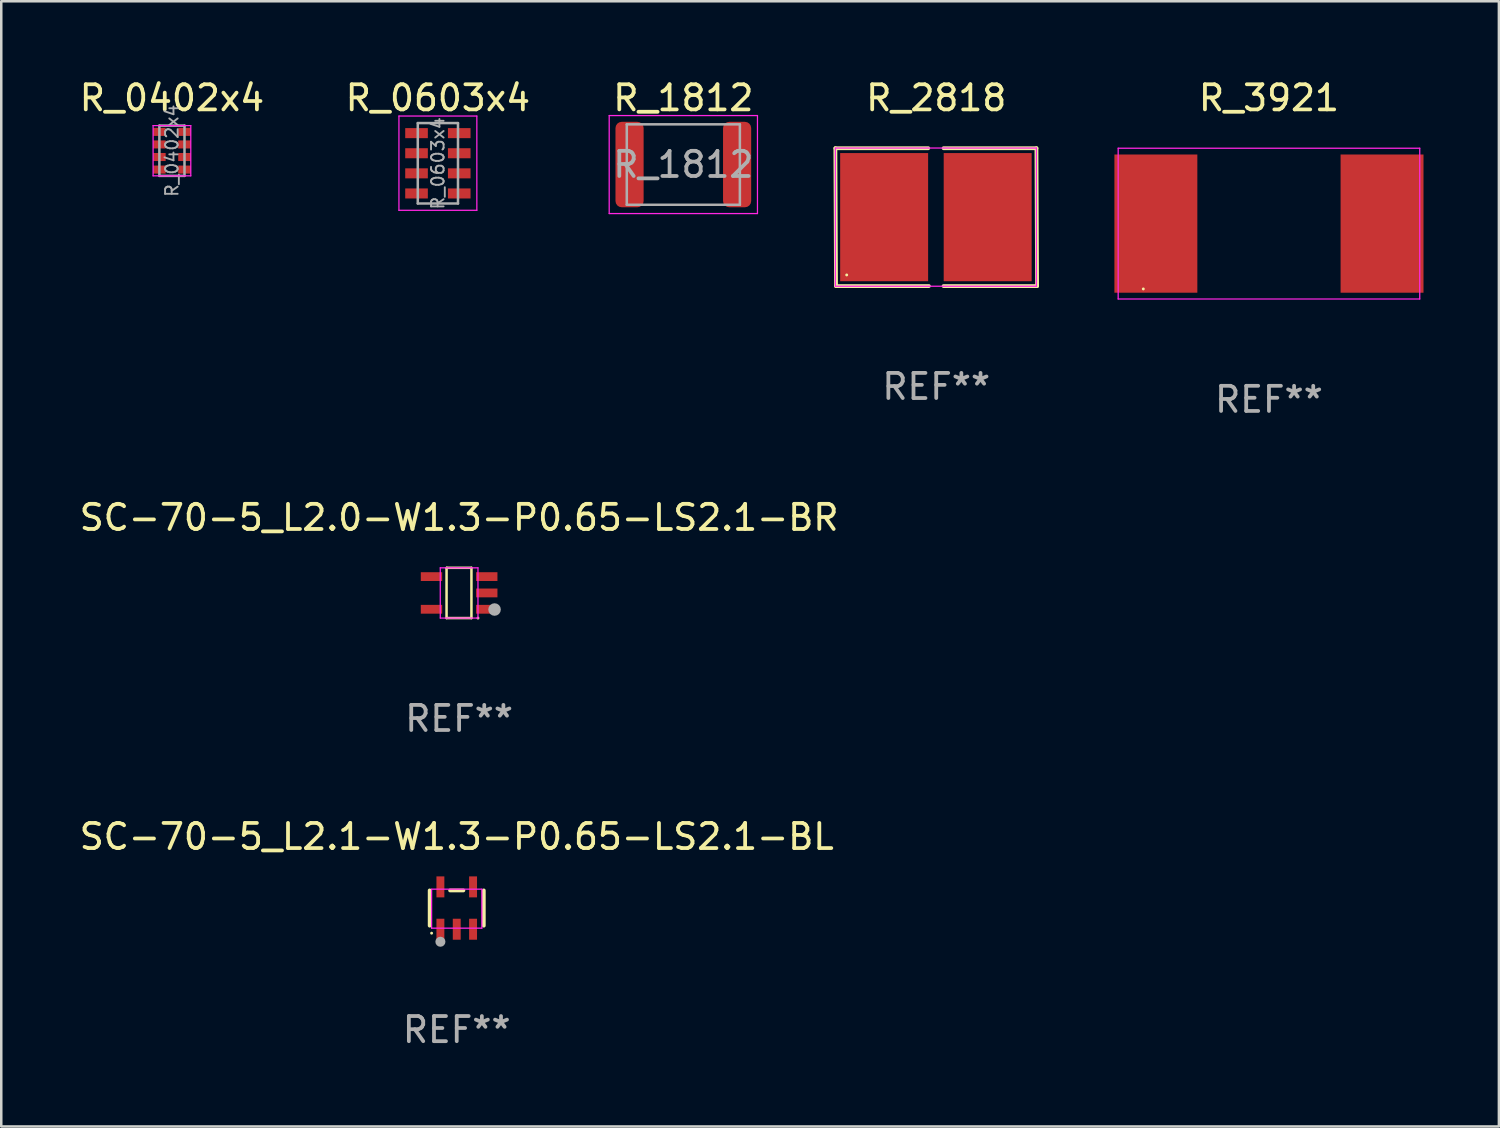
<source format=kicad_pcb>
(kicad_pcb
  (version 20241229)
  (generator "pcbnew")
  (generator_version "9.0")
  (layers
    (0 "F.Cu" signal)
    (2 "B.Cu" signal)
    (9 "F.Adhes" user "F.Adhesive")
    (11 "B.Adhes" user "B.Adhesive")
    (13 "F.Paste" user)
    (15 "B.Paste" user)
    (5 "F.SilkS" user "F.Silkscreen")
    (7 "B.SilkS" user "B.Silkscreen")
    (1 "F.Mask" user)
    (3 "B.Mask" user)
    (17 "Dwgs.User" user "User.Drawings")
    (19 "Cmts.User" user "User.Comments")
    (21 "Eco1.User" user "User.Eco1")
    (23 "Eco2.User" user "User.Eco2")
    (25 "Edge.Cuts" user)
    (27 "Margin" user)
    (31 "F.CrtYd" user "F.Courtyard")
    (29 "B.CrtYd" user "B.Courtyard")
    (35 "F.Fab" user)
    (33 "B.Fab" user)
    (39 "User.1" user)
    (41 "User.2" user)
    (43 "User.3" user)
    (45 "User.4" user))
  (footprint "R_3921"
    (layer "F.Cu")
    (at 47.446 5.848)
    (property "Reference" "R_3921" (at 0 -5 0) (layer "F.SilkS") (effects (font (size 1 1) (thickness 0.15))))
    (attr smd)
    (fp_circle (center -5 2.6) (end -4.97 2.6) (stroke (width 0.06) (type solid)) (fill no) (layer "F.SilkS"))
    (fp_line (start -6 -3) (end -6 3) (stroke (width 0.05) (type default)) (layer "F.CrtYd"))
    (fp_line (start -6 3) (end 6 3) (stroke (width 0.05) (type default)) (layer "F.CrtYd"))
    (fp_line (start 6 -3) (end -6 -3) (stroke (width 0.05) (type default)) (layer "F.CrtYd"))
    (fp_line (start 6 3) (end 6 -3) (stroke (width 0.05) (type default)) (layer "F.CrtYd"))
    (fp_text user "REF**" (at 0 7 0) (layer "F.Fab") (effects (font (size 1 1) (thickness 0.15))))
    (pad "1" smd rect (at -4.5 0) (size 3.3 5.5) (layers "F.Cu" "F.Mask" "F.Paste"))
    (pad "2" smd rect (at 4.5 0) (size 3.3 5.5) (layers "F.Cu" "F.Mask" "F.Paste")))
  (footprint "R_0603x4"
    (layer "F.Cu")
    (at 14.375 3.448)
    (property "Reference" "R_0603x4" (at 0 -2.6 0) (layer "F.SilkS") (effects (font (size 1 1) (thickness 0.15))))
    (attr smd)
    (fp_line (start -1.55 -1.88) (end -1.55 1.87) (stroke (width 0.05) (type solid)) (layer "F.CrtYd"))
    (fp_line (start -1.55 -1.88) (end 1.55 -1.88) (stroke (width 0.05) (type solid)) (layer "F.CrtYd"))
    (fp_line (start 1.55 1.87) (end -1.55 1.87) (stroke (width 0.05) (type solid)) (layer "F.CrtYd"))
    (fp_line (start 1.55 1.87) (end 1.55 -1.88) (stroke (width 0.05) (type solid)) (layer "F.CrtYd"))
    (fp_line (start -0.8 -1.6) (end 0.8 -1.6) (stroke (width 0.1) (type solid)) (layer "F.Fab"))
    (fp_line (start -0.8 1.6) (end -0.8 -1.6) (stroke (width 0.1) (type solid)) (layer "F.Fab"))
    (fp_line (start 0.8 -1.6) (end 0.8 1.6) (stroke (width 0.1) (type solid)) (layer "F.Fab"))
    (fp_line (start 0.8 1.6) (end -0.8 1.6) (stroke (width 0.1) (type solid)) (layer "F.Fab"))
    (fp_text user "${REFERENCE}" (at 0 0 90) (layer "F.Fab") (effects (font (size 0.5 0.5) (thickness 0.075))))
    (pad "1" smd rect (at -0.85 -1.2) (size 0.9 0.4) (layers "F.Cu" "F.Mask" "F.Paste"))
    (pad "2" smd rect (at -0.85 -0.4) (size 0.9 0.4) (layers "F.Cu" "F.Mask" "F.Paste"))
    (pad "3" smd rect (at -0.85 0.4) (size 0.9 0.4) (layers "F.Cu" "F.Mask" "F.Paste"))
    (pad "4" smd rect (at -0.85 1.2) (size 0.9 0.4) (layers "F.Cu" "F.Mask" "F.Paste"))
    (pad "5" smd rect (at 0.85 1.2) (size 0.9 0.4) (layers "F.Cu" "F.Mask" "F.Paste"))
    (pad "6" smd rect (at 0.85 0.4) (size 0.9 0.4) (layers "F.Cu" "F.Mask" "F.Paste"))
    (pad "7" smd rect (at 0.85 -0.4) (size 0.9 0.4) (layers "F.Cu" "F.Mask" "F.Paste"))
    (pad "8" smd rect (at 0.85 -1.2) (size 0.9 0.4) (layers "F.Cu" "F.Mask" "F.Paste")))
  (footprint "SC-70-5_L2.0-W1.3-P0.65-LS2.1-BR"
    (layer "F.Cu")
    (at 15.22 20.545)
    (property "Reference" "SC-70-5_L2.0-W1.3-P0.65-LS2.1-BR" (at 0 -3 0) (layer "F.SilkS") (effects (font (size 1 1) (thickness 0.15))))
    (attr smd)
    (fp_line (start -0.5 -0.99) (end -0.5 1) (stroke (width 0.1) (type solid)) (layer "F.SilkS"))
    (fp_line (start -0.5 1) (end 0.49 1) (stroke (width 0.1) (type solid)) (layer "F.SilkS"))
    (fp_line (start -0.49 -1) (end -0.5 -0.99) (stroke (width 0.1) (type solid)) (layer "F.SilkS"))
    (fp_line (start 0.49 -1) (end -0.49 -1) (stroke (width 0.1) (type solid)) (layer "F.SilkS"))
    (fp_line (start 0.49 1) (end 0.49 -1) (stroke (width 0.1) (type solid)) (layer "F.SilkS"))
    (fp_circle (center 0.75 1) (end 0.78 1) (stroke (width 0.06) (type solid)) (fill no) (layer "F.SilkS"))
    (fp_line (start -0.75 -1) (end 0.75 -1) (stroke (width 0.05) (type default)) (layer "F.CrtYd"))
    (fp_line (start -0.75 1) (end -0.75 -1) (stroke (width 0.05) (type default)) (layer "F.CrtYd"))
    (fp_line (start 0.75 -1) (end 0.75 1) (stroke (width 0.05) (type default)) (layer "F.CrtYd"))
    (fp_line (start 0.75 1) (end -0.75 1) (stroke (width 0.05) (type default)) (layer "F.CrtYd"))
    (fp_circle (center 1.41 0.66) (end 1.535 0.66) (stroke (width 0.25) (type solid)) (fill no) (layer "F.Fab"))
    (fp_text user "REF**" (at 0 5 0) (layer "F.Fab") (effects (font (size 1 1) (thickness 0.15))))
    (pad "1" smd rect (at 1.1 0.65 90) (size 0.35 0.85) (layers "F.Cu" "F.Mask" "F.Paste"))
    (pad "2" smd rect (at 1.1 0 90) (size 0.35 0.85) (layers "F.Cu" "F.Mask" "F.Paste"))
    (pad "3" smd rect (at 1.1 -0.65 90) (size 0.35 0.85) (layers "F.Cu" "F.Mask" "F.Paste"))
    (pad "4" smd rect (at -1.1 -0.65 90) (size 0.35 0.85) (layers "F.Cu" "F.Mask" "F.Paste"))
    (pad "5" smd rect (at -1.1 0.65 90) (size 0.35 0.85) (layers "F.Cu" "F.Mask" "F.Paste")))
  (footprint "SC-70-5_L2.1-W1.3-P0.65-LS2.1-BL"
    (layer "F.Cu")
    (at 15.125 33.084)
    (property "Reference" "SC-70-5_L2.1-W1.3-P0.65-LS2.1-BL" (at -0.000038 -2.842 0) (layer "F.SilkS") (effects (font (size 1 1) (thickness 0.15))))
    (attr smd)
    (fp_line (start -1.076 0.701) (end -1.076 -0.701) (stroke (width 0.152) (type solid)) (layer "F.SilkS"))
    (fp_line (start 0.264 -0.701) (end -0.264 -0.701) (stroke (width 0.152) (type solid)) (layer "F.SilkS"))
    (fp_line (start 1.076 0.701) (end 1.076 -0.701) (stroke (width 0.152) (type solid)) (layer "F.SilkS"))
    (fp_circle (center -1 1) (end -0.97 1) (stroke (width 0.06) (type solid)) (fill no) (layer "F.SilkS"))
    (fp_line (start -1 -0.75) (end -1 0.8) (stroke (width 0.05) (type default)) (layer "F.CrtYd"))
    (fp_line (start -1 0.8) (end 1 0.8) (stroke (width 0.05) (type default)) (layer "F.CrtYd"))
    (fp_line (start 1 -0.75) (end -1 -0.75) (stroke (width 0.05) (type default)) (layer "F.CrtYd"))
    (fp_line (start 1 0.8) (end 1 -0.75) (stroke (width 0.05) (type default)) (layer "F.CrtYd"))
    (fp_circle (center -0.65 1.341) (end -0.55 1.341) (stroke (width 0.2) (type solid)) (fill no) (layer "F.Fab"))
    (fp_text user "REF**" (at -0.000038 4.843 0) (layer "F.Fab") (effects (font (size 1 1) (thickness 0.15))))
    (pad "1" smd rect (at -0.65 0.843) (size 0.315 0.835) (layers "F.Cu" "F.Mask" "F.Paste"))
    (pad "2" smd rect (at 0.000102 0.843) (size 0.315 0.835) (layers "F.Cu" "F.Mask" "F.Paste"))
    (pad "3" smd rect (at 0.65 0.843) (size 0.315 0.835) (layers "F.Cu" "F.Mask" "F.Paste"))
    (pad "4" smd rect (at 0.65 -0.842) (size 0.315 0.835) (layers "F.Cu" "F.Mask" "F.Paste"))
    (pad "5" smd rect (at -0.65 -0.842) (size 0.315 0.835) (layers "F.Cu" "F.Mask" "F.Paste")))
  (footprint "R_2818"
    (layer "F.Cu")
    (at 34.193 5.591)
    (property "Reference" "R_2818" (at 0.013 -4.743 0) (layer "F.SilkS") (effects (font (size 1 1) (thickness 0.15))))
    (attr smd)
    (fp_line (start -4.001 -2.743) (end -0.305 -2.743) (stroke (width 0.152) (type solid)) (layer "F.SilkS"))
    (fp_line (start -3.975 2.743) (end -4.001 -2.743) (stroke (width 0.152) (type solid)) (layer "F.SilkS"))
    (fp_line (start -3.975 2.743) (end -0.279 2.743) (stroke (width 0.152) (type solid)) (layer "F.SilkS"))
    (fp_line (start 4.001 -2.743) (end 0.305 -2.743) (stroke (width 0.152) (type solid)) (layer "F.SilkS"))
    (fp_line (start 4.026 2.743) (end 0.305 2.743) (stroke (width 0.152) (type solid)) (layer "F.SilkS"))
    (fp_line (start 4.026 2.743) (end 4.001 -2.743) (stroke (width 0.152) (type solid)) (layer "F.SilkS"))
    (fp_circle (center -3.55 2.3) (end -3.52 2.3) (stroke (width 0.06) (type solid)) (fill no) (layer "F.SilkS"))
    (fp_line (start -4 -2.75) (end 4 -2.75) (stroke (width 0.05) (type default)) (layer "F.CrtYd"))
    (fp_line (start -4 2.75) (end -4 -2.75) (stroke (width 0.05) (type default)) (layer "F.CrtYd"))
    (fp_line (start 4 -2.75) (end 4 2.75) (stroke (width 0.05) (type default)) (layer "F.CrtYd"))
    (fp_line (start 4 2.75) (end -4 2.75) (stroke (width 0.05) (type default)) (layer "F.CrtYd"))
    (fp_text user "REF**" (at 0.013 6.743 0) (layer "F.Fab") (effects (font (size 1 1) (thickness 0.15))))
    (pad "1" smd rect (at -2.06 0 90) (size 5.1 3.5) (layers "F.Cu" "F.Mask" "F.Paste"))
    (pad "2" smd rect (at 2.06 0 90) (size 5.1 3.5) (layers "F.Cu" "F.Mask" "F.Paste")))
  (footprint "R_1812"
    (layer "F.Cu")
    (at 24.142 3.498)
    (property "Reference" "R_1812" (at 0 -2.65 0) (layer "F.SilkS") (effects (font (size 1 1) (thickness 0.15))))
    (attr smd)
    (fp_line (start -2.95 -1.95) (end 2.95 -1.95) (stroke (width 0.05) (type solid)) (layer "F.CrtYd"))
    (fp_line (start -2.95 1.95) (end -2.95 -1.95) (stroke (width 0.05) (type solid)) (layer "F.CrtYd"))
    (fp_line (start 2.95 -1.95) (end 2.95 1.95) (stroke (width 0.05) (type solid)) (layer "F.CrtYd"))
    (fp_line (start 2.95 1.95) (end -2.95 1.95) (stroke (width 0.05) (type solid)) (layer "F.CrtYd"))
    (fp_line (start -2.25 -1.6) (end 2.25 -1.6) (stroke (width 0.1) (type solid)) (layer "F.Fab"))
    (fp_line (start -2.25 1.6) (end -2.25 -1.6) (stroke (width 0.1) (type solid)) (layer "F.Fab"))
    (fp_line (start 2.25 -1.6) (end 2.25 1.6) (stroke (width 0.1) (type solid)) (layer "F.Fab"))
    (fp_line (start 2.25 1.6) (end -2.25 1.6) (stroke (width 0.1) (type solid)) (layer "F.Fab"))
    (fp_text user "${REFERENCE}" (at 0 0 0) (layer "F.Fab") (effects (font (size 1 1) (thickness 0.15))))
    (pad "1" smd roundrect (at -2.14 0) (size 1.12 3.4) (layers "F.Cu" "F.Mask" "F.Paste") (roundrect_rratio 0.222))
    (pad "2" smd roundrect (at 2.14 0) (size 1.12 3.4) (layers "F.Cu" "F.Mask" "F.Paste") (roundrect_rratio 0.222)))
  (footprint "R_0402x4"
    (layer "F.Cu")
    (at 3.792 2.948)
    (property "Reference" "R_0402x4" (at 0 -2.1 0) (layer "F.SilkS") (effects (font (size 1 1) (thickness 0.15))))
    (attr smd)
    (fp_line (start -0.75 -1) (end -0.75 1) (stroke (width 0.05) (type solid)) (layer "F.CrtYd"))
    (fp_line (start -0.75 -1) (end 0.75 -1) (stroke (width 0.05) (type solid)) (layer "F.CrtYd"))
    (fp_line (start 0.75 1) (end -0.75 1) (stroke (width 0.05) (type solid)) (layer "F.CrtYd"))
    (fp_line (start 0.75 1) (end 0.75 -1) (stroke (width 0.05) (type solid)) (layer "F.CrtYd"))
    (fp_line (start -0.5 -1) (end 0.5 -1) (stroke (width 0.1) (type solid)) (layer "F.Fab"))
    (fp_line (start -0.5 1) (end -0.5 -1) (stroke (width 0.1) (type solid)) (layer "F.Fab"))
    (fp_line (start 0.5 -1) (end 0.5 1) (stroke (width 0.1) (type solid)) (layer "F.Fab"))
    (fp_line (start 0.5 1) (end -0.5 1) (stroke (width 0.1) (type solid)) (layer "F.Fab"))
    (fp_text user "${REFERENCE}" (at 0 0 90) (layer "F.Fab") (effects (font (size 0.5 0.5) (thickness 0.075))))
    (pad "1" smd rect (at -0.5 -0.75) (size 0.5 0.32) (layers "F.Cu" "F.Mask" "F.Paste"))
    (pad "2" smd rect (at -0.5 -0.25) (size 0.5 0.32) (layers "F.Cu" "F.Mask" "F.Paste"))
    (pad "3" smd rect (at -0.5 0.25) (size 0.5 0.32) (layers "F.Cu" "F.Mask" "F.Paste"))
    (pad "4" smd rect (at -0.5 0.75) (size 0.5 0.32) (layers "F.Cu" "F.Mask" "F.Paste"))
    (pad "5" smd rect (at 0.5 0.75) (size 0.5 0.32) (layers "F.Cu" "F.Mask" "F.Paste"))
    (pad "6" smd rect (at 0.5 0.25) (size 0.5 0.32) (layers "F.Cu" "F.Mask" "F.Paste"))
    (pad "7" smd rect (at 0.5 -0.25) (size 0.5 0.32) (layers "F.Cu" "F.Mask" "F.Paste"))
    (pad "8" smd rect (at 0.5 -0.75) (size 0.5 0.32) (layers "F.Cu" "F.Mask" "F.Paste")))
  (gr_rect
    (start -3 -3)
    (end 56.596 41.775)
    (stroke (width 0.1) (type default))
    (fill no)
    (layer "Edge.Cuts")))
</source>
